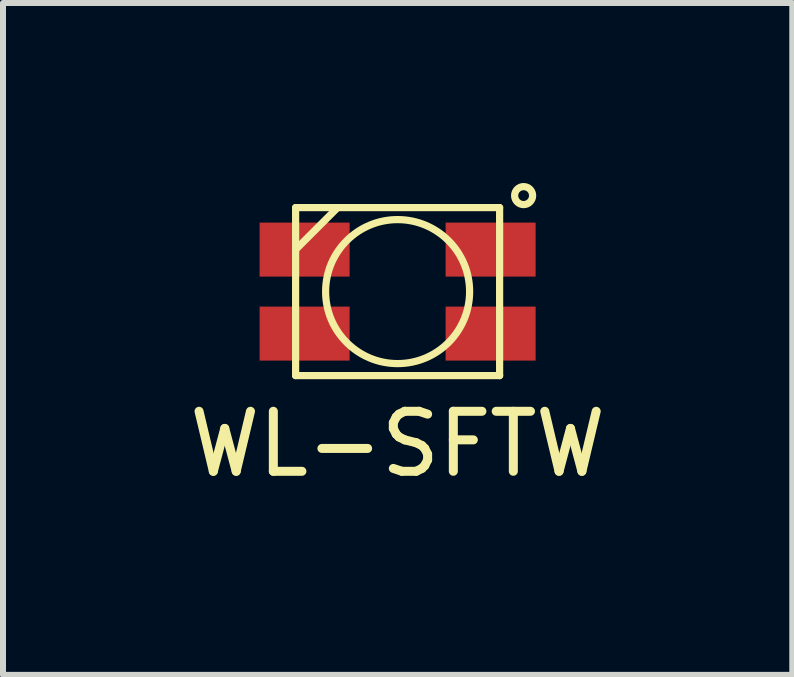
<source format=kicad_pcb>
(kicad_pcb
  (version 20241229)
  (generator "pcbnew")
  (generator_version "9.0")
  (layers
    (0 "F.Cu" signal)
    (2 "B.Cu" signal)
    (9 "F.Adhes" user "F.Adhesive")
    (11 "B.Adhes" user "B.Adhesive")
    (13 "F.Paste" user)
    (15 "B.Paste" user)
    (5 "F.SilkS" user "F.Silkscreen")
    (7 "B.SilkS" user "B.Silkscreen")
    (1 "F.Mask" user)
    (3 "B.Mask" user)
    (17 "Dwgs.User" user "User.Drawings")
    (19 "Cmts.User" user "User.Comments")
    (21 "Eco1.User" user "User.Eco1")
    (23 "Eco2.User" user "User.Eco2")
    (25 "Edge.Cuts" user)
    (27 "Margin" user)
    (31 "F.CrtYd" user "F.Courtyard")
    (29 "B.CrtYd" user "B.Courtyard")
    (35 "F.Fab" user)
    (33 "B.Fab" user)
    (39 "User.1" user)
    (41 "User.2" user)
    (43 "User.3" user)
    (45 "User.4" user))
  (footprint "WL-SFTW"
    (layer "F.Cu")
    (at 3.577 1.81)
    (property "Reference" "WL-SFTW" (at 0 2.54 0) (layer "F.SilkS") (effects (font (size 1 1) (thickness 0.15))))
    (attr through_hole)
    (fp_line (start -1.7 -1.4) (end -1.7 1.4) (stroke (width 0.12) (type solid)) (layer "F.SilkS"))
    (fp_line (start -1.7 -1.4) (end 1.7 -1.4) (stroke (width 0.12) (type solid)) (layer "F.SilkS"))
    (fp_line (start -1.7 1.4) (end 1.7 1.4) (stroke (width 0.12) (type solid)) (layer "F.SilkS"))
    (fp_line (start -1 -1.4) (end -1.7 -0.7) (stroke (width 0.12) (type solid)) (layer "F.SilkS"))
    (fp_line (start 1.7 -1.4) (end 1.7 1.4) (stroke (width 0.12) (type solid)) (layer "F.SilkS"))
    (fp_circle (center 0 0) (end 1.2 0) (stroke (width 0.12) (type solid)) (fill no) (layer "F.SilkS"))
    (fp_circle (center 2.1 -1.6) (end 2.25 -1.6) (stroke (width 0.12) (type solid)) (fill no) (layer "F.SilkS"))
    (pad "1" smd rect (at 1.55 -0.7) (size 1.5 0.9) (layers "F.Cu" "F.Mask" "F.Paste"))
    (pad "2" smd rect (at 1.55 0.7) (size 1.5 0.9) (layers "F.Cu" "F.Mask" "F.Paste"))
    (pad "3" smd rect (at -1.55 -0.7) (size 1.5 0.9) (layers "F.Cu" "F.Mask" "F.Paste"))
    (pad "4" smd rect (at -1.55 0.7) (size 1.5 0.9) (layers "F.Cu" "F.Mask" "F.Paste")))
  (gr_rect
    (start -3 -3)
    (end 10.155 8.198)
    (stroke (width 0.1) (type default))
    (fill no)
    (layer "Edge.Cuts")))
</source>
